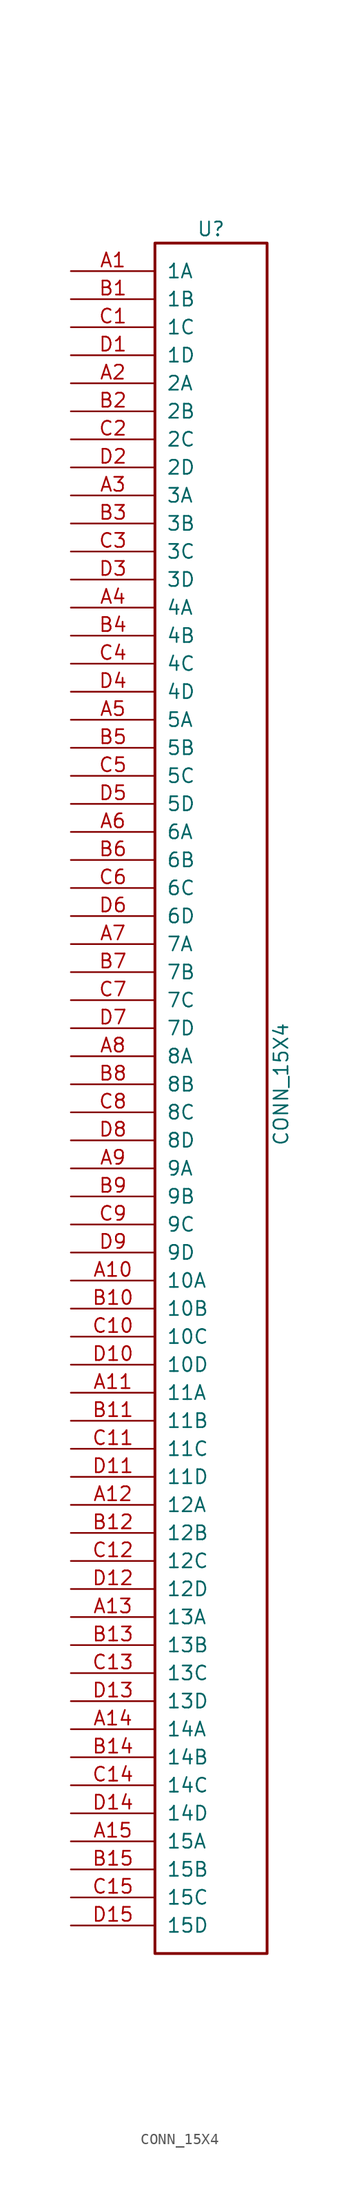
<source format=kicad_sym>
(kicad_symbol_lib
  (version 20211014)
  (generator kicad_symbol_editor)
  (symbol "CONN_15X4"
    (pin_names
      (offset 1.016))
    (property "Reference" "U"
      (at 0 78.74 0)
      (effects (font (size 1.27 1.27))))
    (property "Value" "CONN_15X4"
      (at 6.35 1.27 90)
      (effects (font (size 1.27 1.27))))
    (property "Footprint" ""
      (at 0 1.27 0)
      (effects (font (size 1.27 1.27))))
    (property "Datasheet" ""
      (at 0 1.27 0)
      (effects (font (size 1.27 1.27))))
    (symbol "CONN_15X4_0_1"
      (rectangle (start 5.08 -77.47) (end -5.08 77.47) (stroke (width 0.254) (type default) (color 0 0 0 0)) (fill (type none))))
    (symbol "CONN_15X4_1_1"
      (pin passive line (at -12.7 74.93 0) (length 7.62) (name "1A" (effects (font (size 1.27 1.27)))) (number "A1" (effects (font (size 1.27 1.27)))))
      (pin passive line (at -12.7 -16.51 0) (length 7.62) (name "10A" (effects (font (size 1.27 1.27)))) (number "A10" (effects (font (size 1.27 1.27)))))
      (pin passive line (at -12.7 -26.67 0) (length 7.62) (name "11A" (effects (font (size 1.27 1.27)))) (number "A11" (effects (font (size 1.27 1.27)))))
      (pin passive line (at -12.7 -36.83 0) (length 7.62) (name "12A" (effects (font (size 1.27 1.27)))) (number "A12" (effects (font (size 1.27 1.27)))))
      (pin passive line (at -12.7 -46.99 0) (length 7.62) (name "13A" (effects (font (size 1.27 1.27)))) (number "A13" (effects (font (size 1.27 1.27)))))
      (pin passive line (at -12.7 -57.15 0) (length 7.62) (name "14A" (effects (font (size 1.27 1.27)))) (number "A14" (effects (font (size 1.27 1.27)))))
      (pin passive line (at -12.7 -67.31 0) (length 7.62) (name "15A" (effects (font (size 1.27 1.27)))) (number "A15" (effects (font (size 1.27 1.27)))))
      (pin passive line (at -12.7 64.77 0) (length 7.62) (name "2A" (effects (font (size 1.27 1.27)))) (number "A2" (effects (font (size 1.27 1.27)))))
      (pin passive line (at -12.7 54.61 0) (length 7.62) (name "3A" (effects (font (size 1.27 1.27)))) (number "A3" (effects (font (size 1.27 1.27)))))
      (pin passive line (at -12.7 44.45 0) (length 7.62) (name "4A" (effects (font (size 1.27 1.27)))) (number "A4" (effects (font (size 1.27 1.27)))))
      (pin passive line (at -12.7 34.29 0) (length 7.62) (name "5A" (effects (font (size 1.27 1.27)))) (number "A5" (effects (font (size 1.27 1.27)))))
      (pin passive line (at -12.7 24.13 0) (length 7.62) (name "6A" (effects (font (size 1.27 1.27)))) (number "A6" (effects (font (size 1.27 1.27)))))
      (pin passive line (at -12.7 13.97 0) (length 7.62) (name "7A" (effects (font (size 1.27 1.27)))) (number "A7" (effects (font (size 1.27 1.27)))))
      (pin passive line (at -12.7 3.81 0) (length 7.62) (name "8A" (effects (font (size 1.27 1.27)))) (number "A8" (effects (font (size 1.27 1.27)))))
      (pin passive line (at -12.7 -6.35 0) (length 7.62) (name "9A" (effects (font (size 1.27 1.27)))) (number "A9" (effects (font (size 1.27 1.27)))))
      (pin passive line (at -12.7 72.39 0) (length 7.62) (name "1B" (effects (font (size 1.27 1.27)))) (number "B1" (effects (font (size 1.27 1.27)))))
      (pin passive line (at -12.7 -19.05 0) (length 7.62) (name "10B" (effects (font (size 1.27 1.27)))) (number "B10" (effects (font (size 1.27 1.27)))))
      (pin passive line (at -12.7 -29.21 0) (length 7.62) (name "11B" (effects (font (size 1.27 1.27)))) (number "B11" (effects (font (size 1.27 1.27)))))
      (pin passive line (at -12.7 -39.37 0) (length 7.62) (name "12B" (effects (font (size 1.27 1.27)))) (number "B12" (effects (font (size 1.27 1.27)))))
      (pin passive line (at -12.7 -49.53 0) (length 7.62) (name "13B" (effects (font (size 1.27 1.27)))) (number "B13" (effects (font (size 1.27 1.27)))))
      (pin passive line (at -12.7 -59.69 0) (length 7.62) (name "14B" (effects (font (size 1.27 1.27)))) (number "B14" (effects (font (size 1.27 1.27)))))
      (pin passive line (at -12.7 -69.85 0) (length 7.62) (name "15B" (effects (font (size 1.27 1.27)))) (number "B15" (effects (font (size 1.27 1.27)))))
      (pin passive line (at -12.7 62.23 0) (length 7.62) (name "2B" (effects (font (size 1.27 1.27)))) (number "B2" (effects (font (size 1.27 1.27)))))
      (pin passive line (at -12.7 52.07 0) (length 7.62) (name "3B" (effects (font (size 1.27 1.27)))) (number "B3" (effects (font (size 1.27 1.27)))))
      (pin passive line (at -12.7 41.91 0) (length 7.62) (name "4B" (effects (font (size 1.27 1.27)))) (number "B4" (effects (font (size 1.27 1.27)))))
      (pin passive line (at -12.7 31.75 0) (length 7.62) (name "5B" (effects (font (size 1.27 1.27)))) (number "B5" (effects (font (size 1.27 1.27)))))
      (pin passive line (at -12.7 21.59 0) (length 7.62) (name "6B" (effects (font (size 1.27 1.27)))) (number "B6" (effects (font (size 1.27 1.27)))))
      (pin passive line (at -12.7 11.43 0) (length 7.62) (name "7B" (effects (font (size 1.27 1.27)))) (number "B7" (effects (font (size 1.27 1.27)))))
      (pin passive line (at -12.7 1.27 0) (length 7.62) (name "8B" (effects (font (size 1.27 1.27)))) (number "B8" (effects (font (size 1.27 1.27)))))
      (pin passive line (at -12.7 -8.89 0) (length 7.62) (name "9B" (effects (font (size 1.27 1.27)))) (number "B9" (effects (font (size 1.27 1.27)))))
      (pin passive line (at -12.7 69.85 0) (length 7.62) (name "1C" (effects (font (size 1.27 1.27)))) (number "C1" (effects (font (size 1.27 1.27)))))
      (pin passive line (at -12.7 -21.59 0) (length 7.62) (name "10C" (effects (font (size 1.27 1.27)))) (number "C10" (effects (font (size 1.27 1.27)))))
      (pin passive line (at -12.7 -31.75 0) (length 7.62) (name "11C" (effects (font (size 1.27 1.27)))) (number "C11" (effects (font (size 1.27 1.27)))))
      (pin passive line (at -12.7 -41.91 0) (length 7.62) (name "12C" (effects (font (size 1.27 1.27)))) (number "C12" (effects (font (size 1.27 1.27)))))
      (pin passive line (at -12.7 -52.07 0) (length 7.62) (name "13C" (effects (font (size 1.27 1.27)))) (number "C13" (effects (font (size 1.27 1.27)))))
      (pin passive line (at -12.7 -62.23 0) (length 7.62) (name "14C" (effects (font (size 1.27 1.27)))) (number "C14" (effects (font (size 1.27 1.27)))))
      (pin passive line (at -12.7 -72.39 0) (length 7.62) (name "15C" (effects (font (size 1.27 1.27)))) (number "C15" (effects (font (size 1.27 1.27)))))
      (pin passive line (at -12.7 59.69 0) (length 7.62) (name "2C" (effects (font (size 1.27 1.27)))) (number "C2" (effects (font (size 1.27 1.27)))))
      (pin passive line (at -12.7 49.53 0) (length 7.62) (name "3C" (effects (font (size 1.27 1.27)))) (number "C3" (effects (font (size 1.27 1.27)))))
      (pin passive line (at -12.7 39.37 0) (length 7.62) (name "4C" (effects (font (size 1.27 1.27)))) (number "C4" (effects (font (size 1.27 1.27)))))
      (pin passive line (at -12.7 29.21 0) (length 7.62) (name "5C" (effects (font (size 1.27 1.27)))) (number "C5" (effects (font (size 1.27 1.27)))))
      (pin passive line (at -12.7 19.05 0) (length 7.62) (name "6C" (effects (font (size 1.27 1.27)))) (number "C6" (effects (font (size 1.27 1.27)))))
      (pin passive line (at -12.7 8.89 0) (length 7.62) (name "7C" (effects (font (size 1.27 1.27)))) (number "C7" (effects (font (size 1.27 1.27)))))
      (pin passive line (at -12.7 -1.27 0) (length 7.62) (name "8C" (effects (font (size 1.27 1.27)))) (number "C8" (effects (font (size 1.27 1.27)))))
      (pin passive line (at -12.7 -11.43 0) (length 7.62) (name "9C" (effects (font (size 1.27 1.27)))) (number "C9" (effects (font (size 1.27 1.27)))))
      (pin passive line (at -12.7 67.31 0) (length 7.62) (name "1D" (effects (font (size 1.27 1.27)))) (number "D1" (effects (font (size 1.27 1.27)))))
      (pin passive line (at -12.7 -24.13 0) (length 7.62) (name "10D" (effects (font (size 1.27 1.27)))) (number "D10" (effects (font (size 1.27 1.27)))))
      (pin passive line (at -12.7 -34.29 0) (length 7.62) (name "11D" (effects (font (size 1.27 1.27)))) (number "D11" (effects (font (size 1.27 1.27)))))
      (pin passive line (at -12.7 -44.45 0) (length 7.62) (name "12D" (effects (font (size 1.27 1.27)))) (number "D12" (effects (font (size 1.27 1.27)))))
      (pin passive line (at -12.7 -54.61 0) (length 7.62) (name "13D" (effects (font (size 1.27 1.27)))) (number "D13" (effects (font (size 1.27 1.27)))))
      (pin passive line (at -12.7 -64.77 0) (length 7.62) (name "14D" (effects (font (size 1.27 1.27)))) (number "D14" (effects (font (size 1.27 1.27)))))
      (pin passive line (at -12.7 -74.93 0) (length 7.62) (name "15D" (effects (font (size 1.27 1.27)))) (number "D15" (effects (font (size 1.27 1.27)))))
      (pin passive line (at -12.7 57.15 0) (length 7.62) (name "2D" (effects (font (size 1.27 1.27)))) (number "D2" (effects (font (size 1.27 1.27)))))
      (pin passive line (at -12.7 46.99 0) (length 7.62) (name "3D" (effects (font (size 1.27 1.27)))) (number "D3" (effects (font (size 1.27 1.27)))))
      (pin passive line (at -12.7 36.83 0) (length 7.62) (name "4D" (effects (font (size 1.27 1.27)))) (number "D4" (effects (font (size 1.27 1.27)))))
      (pin passive line (at -12.7 26.67 0) (length 7.62) (name "5D" (effects (font (size 1.27 1.27)))) (number "D5" (effects (font (size 1.27 1.27)))))
      (pin passive line (at -12.7 16.51 0) (length 7.62) (name "6D" (effects (font (size 1.27 1.27)))) (number "D6" (effects (font (size 1.27 1.27)))))
      (pin passive line (at -12.7 6.35 0) (length 7.62) (name "7D" (effects (font (size 1.27 1.27)))) (number "D7" (effects (font (size 1.27 1.27)))))
      (pin passive line (at -12.7 -3.81 0) (length 7.62) (name "8D" (effects (font (size 1.27 1.27)))) (number "D8" (effects (font (size 1.27 1.27)))))
      (pin passive line (at -12.7 -13.97 0) (length 7.62) (name "9D" (effects (font (size 1.27 1.27)))) (number "D9" (effects (font (size 1.27 1.27))))))))
</source>
